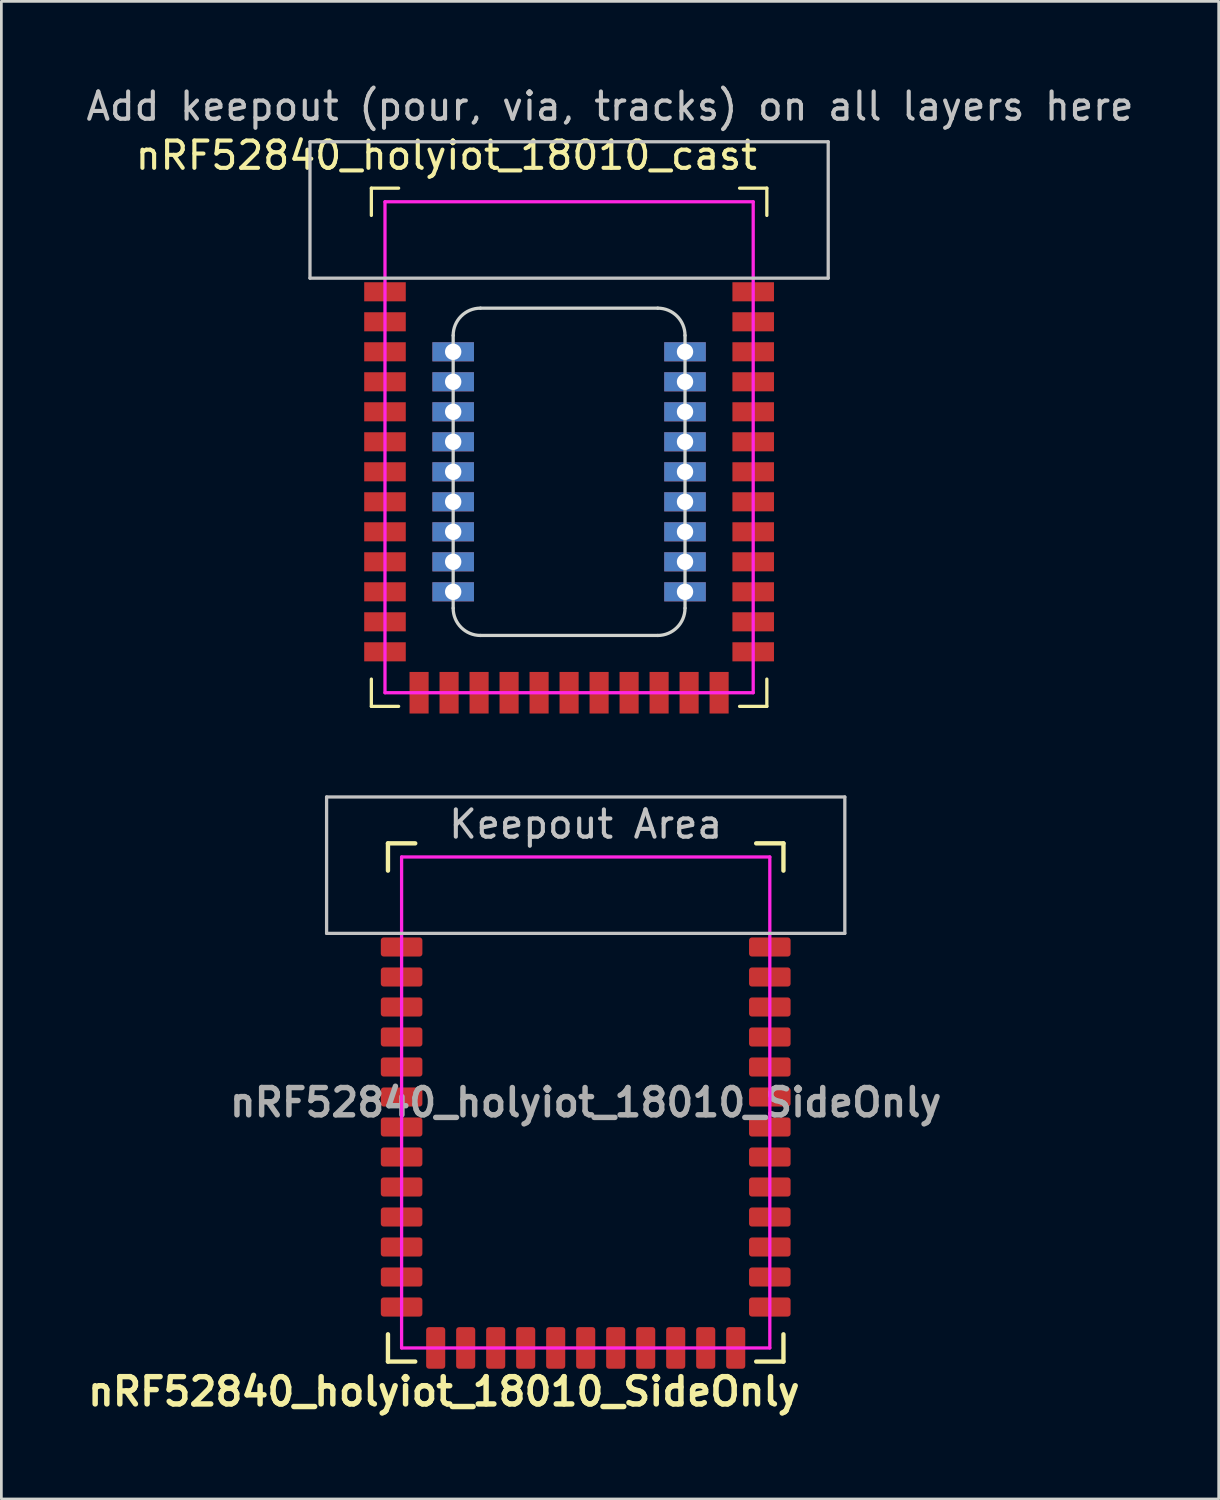
<source format=kicad_pcb>
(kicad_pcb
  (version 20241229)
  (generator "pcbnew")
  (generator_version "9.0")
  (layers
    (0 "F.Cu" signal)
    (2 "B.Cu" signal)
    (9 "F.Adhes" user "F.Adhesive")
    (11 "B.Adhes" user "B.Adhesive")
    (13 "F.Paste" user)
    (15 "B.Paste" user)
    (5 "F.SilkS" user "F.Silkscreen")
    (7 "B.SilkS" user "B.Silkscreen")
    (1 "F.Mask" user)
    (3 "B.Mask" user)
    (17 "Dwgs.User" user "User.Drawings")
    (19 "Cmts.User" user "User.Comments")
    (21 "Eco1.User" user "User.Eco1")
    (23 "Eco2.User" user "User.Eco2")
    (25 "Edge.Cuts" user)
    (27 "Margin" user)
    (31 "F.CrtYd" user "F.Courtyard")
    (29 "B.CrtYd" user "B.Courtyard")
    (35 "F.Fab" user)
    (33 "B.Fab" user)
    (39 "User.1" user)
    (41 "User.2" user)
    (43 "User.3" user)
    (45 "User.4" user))
  (footprint "nRF52840_holyiot_18010_SideOnly"
    (layer "F.Cu")
    (at 18.424 37.37)
    (property "Reference" "nRF52840_holyiot_18010_SideOnly" (at 0 0 0) (layer "F.Fab") (effects (font (size 1 1) (thickness 0.2))))
    (attr through_hole)
    (fp_line (start -7.25 -9.5) (end -7.25 -8.5) (stroke (width 0.16) (type solid)) (layer "F.SilkS"))
    (fp_line (start -7.25 -9.5) (end -6.25 -9.5) (stroke (width 0.16) (type solid)) (layer "F.SilkS"))
    (fp_line (start -7.25 8.5) (end -7.25 9.5) (stroke (width 0.16) (type solid)) (layer "F.SilkS"))
    (fp_line (start -6.25 9.5) (end -7.25 9.5) (stroke (width 0.16) (type solid)) (layer "F.SilkS"))
    (fp_line (start 6.25 -9.5) (end 7.25 -9.5) (stroke (width 0.16) (type solid)) (layer "F.SilkS"))
    (fp_line (start 6.25 9.5) (end 7.25 9.5) (stroke (width 0.16) (type solid)) (layer "F.SilkS"))
    (fp_line (start 7.25 -9.5) (end 7.25 -8.5) (stroke (width 0.16) (type solid)) (layer "F.SilkS"))
    (fp_line (start 7.25 8.5) (end 7.25 9.5) (stroke (width 0.16) (type solid)) (layer "F.SilkS"))
    (fp_line (start -9.5 -11.2) (end 9.5 -11.2) (stroke (width 0.12) (type solid)) (layer "Dwgs.User"))
    (fp_line (start -9.5 -6.2) (end -9.5 -11.2) (stroke (width 0.12) (type solid)) (layer "Dwgs.User"))
    (fp_line (start 9.5 -11.2) (end 9.5 -6.2) (stroke (width 0.12) (type solid)) (layer "Dwgs.User"))
    (fp_line (start 9.5 -6.2) (end -9.5 -6.2) (stroke (width 0.12) (type solid)) (layer "Dwgs.User"))
    (fp_line (start -6.75 -9) (end 6.75 -9) (stroke (width 0.12) (type solid)) (layer "F.CrtYd"))
    (fp_line (start -6.75 9) (end -6.75 -9) (stroke (width 0.12) (type solid)) (layer "F.CrtYd"))
    (fp_line (start 6.75 -9) (end 6.75 9) (stroke (width 0.12) (type solid)) (layer "F.CrtYd"))
    (fp_line (start 6.75 9) (end -6.75 9) (stroke (width 0.12) (type solid)) (layer "F.CrtYd"))
    (fp_text user "${REFERENCE}" (at -5.2 10.6 0) (layer "F.SilkS") (effects (font (size 1 1) (thickness 0.2))))
    (fp_text user "Keepout Area" (at 0 -10.2 0) (layer "Dwgs.User") (effects (font (size 1 1) (thickness 0.15))))
    (pad "1" smd roundrect (at -6.75 -5.7) (size 1.524 0.7) (layers "F.Cu" "F.Mask" "F.Paste") (roundrect_rratio 0.15))
    (pad "2" smd roundrect (at -6.75 -4.6) (size 1.524 0.7) (layers "F.Cu" "F.Mask" "F.Paste") (roundrect_rratio 0.15))
    (pad "3" smd roundrect (at -6.75 -3.5) (size 1.524 0.7) (layers "F.Cu" "F.Mask" "F.Paste") (roundrect_rratio 0.15))
    (pad "4" smd roundrect (at -6.75 -2.4) (size 1.524 0.7) (layers "F.Cu" "F.Mask" "F.Paste") (roundrect_rratio 0.15))
    (pad "5" smd roundrect (at -6.75 -1.3) (size 1.524 0.7) (layers "F.Cu" "F.Mask" "F.Paste") (roundrect_rratio 0.15))
    (pad "6" smd roundrect (at -6.75 -0.2) (size 1.524 0.7) (layers "F.Cu" "F.Mask" "F.Paste") (roundrect_rratio 0.15))
    (pad "7" smd roundrect (at -6.75 0.9) (size 1.524 0.7) (layers "F.Cu" "F.Mask" "F.Paste") (roundrect_rratio 0.15))
    (pad "8" smd roundrect (at -6.75 2) (size 1.524 0.7) (layers "F.Cu" "F.Mask" "F.Paste") (roundrect_rratio 0.15))
    (pad "9" smd roundrect (at -6.75 3.1) (size 1.524 0.7) (layers "F.Cu" "F.Mask" "F.Paste") (roundrect_rratio 0.15))
    (pad "10" smd roundrect (at -6.75 4.2) (size 1.524 0.7) (layers "F.Cu" "F.Mask" "F.Paste") (roundrect_rratio 0.15))
    (pad "11" smd roundrect (at -6.75 5.3) (size 1.524 0.7) (layers "F.Cu" "F.Mask" "F.Paste") (roundrect_rratio 0.15))
    (pad "12" smd roundrect (at -6.75 6.4) (size 1.524 0.7) (layers "F.Cu" "F.Mask" "F.Paste") (roundrect_rratio 0.15))
    (pad "13" smd roundrect (at -6.75 7.5) (size 1.524 0.7) (layers "F.Cu" "F.Mask" "F.Paste") (roundrect_rratio 0.15))
    (pad "14" smd roundrect (at -5.5 9 90) (size 1.524 0.7) (layers "F.Cu" "F.Mask" "F.Paste") (roundrect_rratio 0.15))
    (pad "15" smd roundrect (at -4.4 9 90) (size 1.524 0.7) (layers "F.Cu" "F.Mask" "F.Paste") (roundrect_rratio 0.15))
    (pad "16" smd roundrect (at -3.3 9 90) (size 1.524 0.7) (layers "F.Cu" "F.Mask" "F.Paste") (roundrect_rratio 0.15))
    (pad "17" smd roundrect (at -2.2 9 90) (size 1.524 0.7) (layers "F.Cu" "F.Mask" "F.Paste") (roundrect_rratio 0.15))
    (pad "18" smd roundrect (at -1.1 9 90) (size 1.524 0.7) (layers "F.Cu" "F.Mask" "F.Paste") (roundrect_rratio 0.15))
    (pad "19" smd roundrect (at 0 9 90) (size 1.524 0.7) (layers "F.Cu" "F.Mask" "F.Paste") (roundrect_rratio 0.15))
    (pad "20" smd roundrect (at 1.1 9 90) (size 1.524 0.7) (layers "F.Cu" "F.Mask" "F.Paste") (roundrect_rratio 0.15))
    (pad "21" smd roundrect (at 2.2 9 90) (size 1.524 0.7) (layers "F.Cu" "F.Mask" "F.Paste") (roundrect_rratio 0.15))
    (pad "22" smd roundrect (at 3.3 9 90) (size 1.524 0.7) (layers "F.Cu" "F.Mask" "F.Paste") (roundrect_rratio 0.15))
    (pad "23" smd roundrect (at 4.4 9 90) (size 1.524 0.7) (layers "F.Cu" "F.Mask" "F.Paste") (roundrect_rratio 0.15))
    (pad "24" smd roundrect (at 5.5 9 90) (size 1.524 0.7) (layers "F.Cu" "F.Mask" "F.Paste") (roundrect_rratio 0.15))
    (pad "25" smd roundrect (at 6.75 7.5 180) (size 1.524 0.7) (layers "F.Cu" "F.Mask" "F.Paste") (roundrect_rratio 0.15))
    (pad "26" smd roundrect (at 6.75 6.4 180) (size 1.524 0.7) (layers "F.Cu" "F.Mask" "F.Paste") (roundrect_rratio 0.15))
    (pad "27" smd roundrect (at 6.75 5.3 180) (size 1.524 0.7) (layers "F.Cu" "F.Mask" "F.Paste") (roundrect_rratio 0.15))
    (pad "28" smd roundrect (at 6.75 4.2 180) (size 1.524 0.7) (layers "F.Cu" "F.Mask" "F.Paste") (roundrect_rratio 0.15))
    (pad "29" smd roundrect (at 6.75 3.1 180) (size 1.524 0.7) (layers "F.Cu" "F.Mask" "F.Paste") (roundrect_rratio 0.15))
    (pad "30" smd roundrect (at 6.75 2 180) (size 1.524 0.7) (layers "F.Cu" "F.Mask" "F.Paste") (roundrect_rratio 0.15))
    (pad "31" smd roundrect (at 6.75 0.9 180) (size 1.524 0.7) (layers "F.Cu" "F.Mask" "F.Paste") (roundrect_rratio 0.15))
    (pad "32" smd roundrect (at 6.75 -0.2 180) (size 1.524 0.7) (layers "F.Cu" "F.Mask" "F.Paste") (roundrect_rratio 0.15))
    (pad "33" smd roundrect (at 6.75 -1.3 180) (size 1.524 0.7) (layers "F.Cu" "F.Mask" "F.Paste") (roundrect_rratio 0.15))
    (pad "34" smd roundrect (at 6.75 -2.4 180) (size 1.524 0.7) (layers "F.Cu" "F.Mask" "F.Paste") (roundrect_rratio 0.15))
    (pad "35" smd roundrect (at 6.75 -3.5 180) (size 1.524 0.7) (layers "F.Cu" "F.Mask" "F.Paste") (roundrect_rratio 0.15))
    (pad "36" smd roundrect (at 6.75 -4.6 180) (size 1.524 0.7) (layers "F.Cu" "F.Mask" "F.Paste") (roundrect_rratio 0.15))
    (pad "37" smd roundrect (at 6.75 -5.7 180) (size 1.524 0.7) (layers "F.Cu" "F.Mask" "F.Paste") (roundrect_rratio 0.15)))
  (footprint "nRF52840_holyiot_18010_cast"
    (layer "F.Cu")
    (at 17.815 13.348)
    (property "Reference" "nRF52840_holyiot_18010_cast" (at -4.5 -10.7 0) (layer "F.SilkS") (effects (font (size 1 1) (thickness 0.15))))
    (attr through_hole)
    (fp_line (start -7.25 -9.5) (end -7.25 -8.5) (stroke (width 0.12) (type solid)) (layer "F.SilkS"))
    (fp_line (start -7.25 -9.5) (end -6.25 -9.5) (stroke (width 0.12) (type solid)) (layer "F.SilkS"))
    (fp_line (start -7.25 8.5) (end -7.25 9.5) (stroke (width 0.12) (type solid)) (layer "F.SilkS"))
    (fp_line (start -6.25 9.5) (end -7.25 9.5) (stroke (width 0.12) (type solid)) (layer "F.SilkS"))
    (fp_line (start 6.25 -9.5) (end 7.25 -9.5) (stroke (width 0.12) (type solid)) (layer "F.SilkS"))
    (fp_line (start 6.25 9.5) (end 7.25 9.5) (stroke (width 0.12) (type solid)) (layer "F.SilkS"))
    (fp_line (start 7.25 -9.5) (end 7.25 -8.5) (stroke (width 0.12) (type solid)) (layer "F.SilkS"))
    (fp_line (start 7.25 8.5) (end 7.25 9.5) (stroke (width 0.12) (type solid)) (layer "F.SilkS"))
    (fp_line (start -9.5 -11.2) (end 9.5 -11.2) (stroke (width 0.12) (type solid)) (layer "Dwgs.User"))
    (fp_line (start -9.5 -6.2) (end -9.5 -11.2) (stroke (width 0.12) (type solid)) (layer "Dwgs.User"))
    (fp_line (start 9.5 -11.2) (end 9.5 -6.2) (stroke (width 0.12) (type solid)) (layer "Dwgs.User"))
    (fp_line (start 9.5 -6.2) (end -9.5 -6.2) (stroke (width 0.12) (type solid)) (layer "Dwgs.User"))
    (fp_line (start -4.25 5.9) (end -4.25 -4.1) (stroke (width 0.12) (type solid)) (layer "Edge.Cuts"))
    (fp_line (start -3.25 -5.1) (end 3.25 -5.1) (stroke (width 0.12) (type solid)) (layer "Edge.Cuts"))
    (fp_line (start 3.25 6.9) (end -3.25 6.9) (stroke (width 0.12) (type solid)) (layer "Edge.Cuts"))
    (fp_line (start 4.25 -4.1) (end 4.25 5.9) (stroke (width 0.12) (type solid)) (layer "Edge.Cuts"))
    (fp_arc (start -4.25 -4.1) (mid -3.957107 -4.807107) (end -3.25 -5.1) (stroke (width 0.12) (type solid)) (layer "Edge.Cuts"))
    (fp_arc (start -3.25 6.9) (mid -3.957107 6.607107) (end -4.25 5.9) (stroke (width 0.12) (type solid)) (layer "Edge.Cuts"))
    (fp_arc (start 3.25 -5.1) (mid 3.957107 -4.807107) (end 4.25 -4.1) (stroke (width 0.12) (type solid)) (layer "Edge.Cuts"))
    (fp_arc (start 4.25 5.9) (mid 3.957107 6.607107) (end 3.25 6.9) (stroke (width 0.12) (type solid)) (layer "Edge.Cuts"))
    (fp_line (start -6.75 -9) (end 6.75 -9) (stroke (width 0.12) (type solid)) (layer "F.CrtYd"))
    (fp_line (start -6.75 9) (end -6.75 -9) (stroke (width 0.12) (type solid)) (layer "F.CrtYd"))
    (fp_line (start 6.75 -9) (end 6.75 9) (stroke (width 0.12) (type solid)) (layer "F.CrtYd"))
    (fp_line (start 6.75 9) (end -6.75 9) (stroke (width 0.12) (type solid)) (layer "F.CrtYd"))
    (fp_text user "Add keepout (pour, via, tracks) on all layers here" (at 1.5 -12.5 0) (layer "Dwgs.User") (effects (font (size 1 1) (thickness 0.15))))
    (pad "1" smd rect (at -6.75 -5.7) (size 1.524 0.7) (layers "F.Cu" "F.Mask" "F.Paste"))
    (pad "2" smd rect (at -6.75 -4.6) (size 1.524 0.7) (layers "F.Cu" "F.Mask" "F.Paste"))
    (pad "3" smd rect (at -6.75 -3.5) (size 1.524 0.7) (layers "F.Cu" "F.Mask" "F.Paste"))
    (pad "4" smd rect (at -6.75 -2.4) (size 1.524 0.7) (layers "F.Cu" "F.Mask" "F.Paste"))
    (pad "5" smd rect (at -6.75 -1.3) (size 1.524 0.7) (layers "F.Cu" "F.Mask" "F.Paste"))
    (pad "6" smd rect (at -6.75 -0.2) (size 1.524 0.7) (layers "F.Cu" "F.Mask" "F.Paste"))
    (pad "7" smd rect (at -6.75 0.9) (size 1.524 0.7) (layers "F.Cu" "F.Mask" "F.Paste"))
    (pad "8" smd rect (at -6.75 2) (size 1.524 0.7) (layers "F.Cu" "F.Mask" "F.Paste"))
    (pad "9" smd rect (at -6.75 3.1) (size 1.524 0.7) (layers "F.Cu" "F.Mask" "F.Paste"))
    (pad "10" smd rect (at -6.75 4.2) (size 1.524 0.7) (layers "F.Cu" "F.Mask" "F.Paste"))
    (pad "11" smd rect (at -6.75 5.3) (size 1.524 0.7) (layers "F.Cu" "F.Mask" "F.Paste"))
    (pad "12" smd rect (at -6.75 6.4) (size 1.524 0.7) (layers "F.Cu" "F.Mask" "F.Paste"))
    (pad "13" smd rect (at -6.75 7.5) (size 1.524 0.7) (layers "F.Cu" "F.Mask" "F.Paste"))
    (pad "14" smd rect (at -5.5 9 90) (size 1.524 0.7) (layers "F.Cu" "F.Mask" "F.Paste"))
    (pad "15" smd rect (at -4.4 9 90) (size 1.524 0.7) (layers "F.Cu" "F.Mask" "F.Paste"))
    (pad "16" smd rect (at -3.3 9 90) (size 1.524 0.7) (layers "F.Cu" "F.Mask" "F.Paste"))
    (pad "17" smd rect (at -2.2 9 90) (size 1.524 0.7) (layers "F.Cu" "F.Mask" "F.Paste"))
    (pad "18" smd rect (at -1.1 9 90) (size 1.524 0.7) (layers "F.Cu" "F.Mask" "F.Paste"))
    (pad "19" smd rect (at 0 9 90) (size 1.524 0.7) (layers "F.Cu" "F.Mask" "F.Paste"))
    (pad "20" smd rect (at 1.1 9 90) (size 1.524 0.7) (layers "F.Cu" "F.Mask" "F.Paste"))
    (pad "21" smd rect (at 2.2 9 90) (size 1.524 0.7) (layers "F.Cu" "F.Mask" "F.Paste"))
    (pad "22" smd rect (at 3.3 9 90) (size 1.524 0.7) (layers "F.Cu" "F.Mask" "F.Paste"))
    (pad "23" smd rect (at 4.4 9 90) (size 1.524 0.7) (layers "F.Cu" "F.Mask" "F.Paste"))
    (pad "24" smd rect (at 5.5 9 90) (size 1.524 0.7) (layers "F.Cu" "F.Mask" "F.Paste"))
    (pad "25" smd rect (at 6.75 7.5 180) (size 1.524 0.7) (layers "F.Cu" "F.Mask" "F.Paste"))
    (pad "26" smd rect (at 6.75 6.4 180) (size 1.524 0.7) (layers "F.Cu" "F.Mask" "F.Paste"))
    (pad "27" smd rect (at 6.75 5.3 180) (size 1.524 0.7) (layers "F.Cu" "F.Mask" "F.Paste"))
    (pad "28" smd rect (at 6.75 4.2 180) (size 1.524 0.7) (layers "F.Cu" "F.Mask" "F.Paste"))
    (pad "29" smd rect (at 6.75 3.1 180) (size 1.524 0.7) (layers "F.Cu" "F.Mask" "F.Paste"))
    (pad "30" smd rect (at 6.75 2 180) (size 1.524 0.7) (layers "F.Cu" "F.Mask" "F.Paste"))
    (pad "31" smd rect (at 6.75 0.9 180) (size 1.524 0.7) (layers "F.Cu" "F.Mask" "F.Paste"))
    (pad "32" smd rect (at 6.75 -0.2 180) (size 1.524 0.7) (layers "F.Cu" "F.Mask" "F.Paste"))
    (pad "33" smd rect (at 6.75 -1.3 180) (size 1.524 0.7) (layers "F.Cu" "F.Mask" "F.Paste"))
    (pad "34" smd rect (at 6.75 -2.4 180) (size 1.524 0.7) (layers "F.Cu" "F.Mask" "F.Paste"))
    (pad "35" smd rect (at 6.75 -3.5 180) (size 1.524 0.7) (layers "F.Cu" "F.Mask" "F.Paste"))
    (pad "36" smd rect (at 6.75 -4.6 180) (size 1.524 0.7) (layers "F.Cu" "F.Mask" "F.Paste"))
    (pad "37" smd rect (at 6.75 -5.7 180) (size 1.524 0.7) (layers "F.Cu" "F.Mask" "F.Paste"))
    (pad "38" thru_hole rect (at -4.25 -3.5 180) (size 1.524 0.7) (drill 0.6) (layers "*.Cu" "*.Mask"))
    (pad "39" thru_hole rect (at -4.25 -2.4 180) (size 1.524 0.7) (drill 0.6) (layers "*.Cu" "*.Mask"))
    (pad "40" thru_hole rect (at -4.25 -1.3 180) (size 1.524 0.7) (drill 0.6) (layers "*.Cu" "*.Mask"))
    (pad "41" thru_hole rect (at -4.25 -0.2 180) (size 1.524 0.7) (drill 0.6) (layers "*.Cu" "*.Mask"))
    (pad "42" thru_hole rect (at -4.25 0.9 180) (size 1.524 0.7) (drill 0.6) (layers "*.Cu" "*.Mask"))
    (pad "43" thru_hole rect (at -4.25 2 180) (size 1.524 0.7) (drill 0.6) (layers "*.Cu" "*.Mask"))
    (pad "44" thru_hole rect (at -4.25 3.1 180) (size 1.524 0.7) (drill 0.6) (layers "*.Cu" "*.Mask"))
    (pad "45" thru_hole rect (at -4.25 4.2 180) (size 1.524 0.7) (drill 0.6) (layers "*.Cu" "*.Mask"))
    (pad "46" thru_hole rect (at -4.25 5.3 180) (size 1.524 0.7) (drill 0.6) (layers "*.Cu" "*.Mask"))
    (pad "47" thru_hole rect (at 4.25 -3.5 180) (size 1.524 0.7) (drill 0.6) (layers "*.Cu" "*.Mask"))
    (pad "48" thru_hole rect (at 4.25 -2.4 180) (size 1.524 0.7) (drill 0.6) (layers "*.Cu" "*.Mask"))
    (pad "49" thru_hole rect (at 4.25 -1.3 180) (size 1.524 0.7) (drill 0.6) (layers "*.Cu" "*.Mask"))
    (pad "50" thru_hole rect (at 4.25 -0.2 180) (size 1.524 0.7) (drill 0.6) (layers "*.Cu" "*.Mask"))
    (pad "51" thru_hole rect (at 4.25 0.9 180) (size 1.524 0.7) (drill 0.6) (layers "*.Cu" "*.Mask"))
    (pad "52" thru_hole rect (at 4.25 2 180) (size 1.524 0.7) (drill 0.6) (layers "*.Cu" "*.Mask"))
    (pad "53" thru_hole rect (at 4.25 3.1 180) (size 1.524 0.7) (drill 0.6) (layers "*.Cu" "*.Mask"))
    (pad "54" thru_hole rect (at 4.25 4.2 180) (size 1.524 0.7) (drill 0.6) (layers "*.Cu" "*.Mask"))
    (pad "55" thru_hole rect (at 4.25 5.3 180) (size 1.524 0.7) (drill 0.6) (layers "*.Cu" "*.Mask")))
  (gr_rect
    (start -3 -3)
    (end 41.631 51.906)
    (stroke (width 0.1) (type default))
    (fill no)
    (layer "Edge.Cuts")))
</source>
